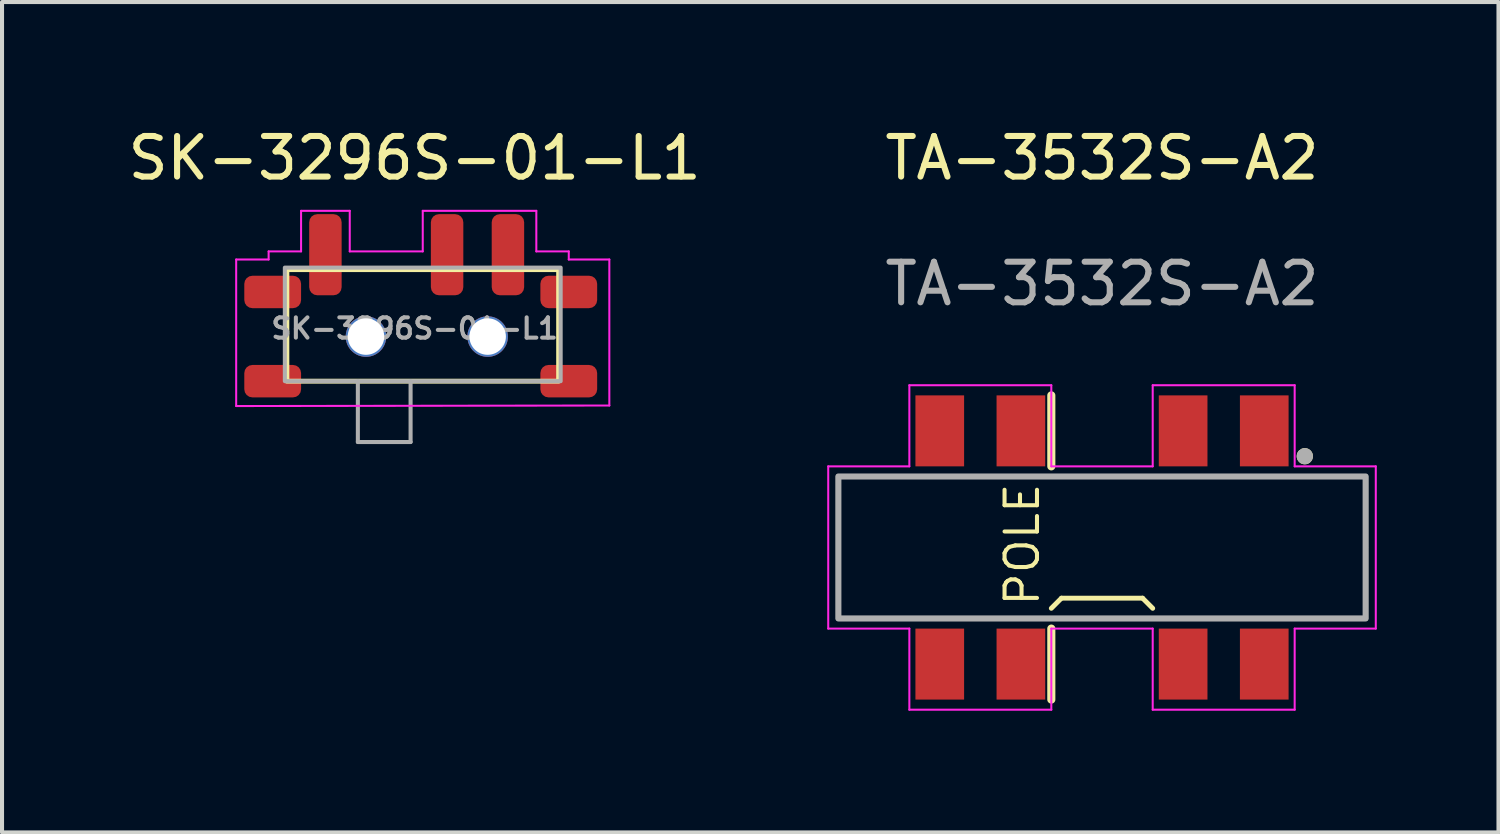
<source format=kicad_pcb>
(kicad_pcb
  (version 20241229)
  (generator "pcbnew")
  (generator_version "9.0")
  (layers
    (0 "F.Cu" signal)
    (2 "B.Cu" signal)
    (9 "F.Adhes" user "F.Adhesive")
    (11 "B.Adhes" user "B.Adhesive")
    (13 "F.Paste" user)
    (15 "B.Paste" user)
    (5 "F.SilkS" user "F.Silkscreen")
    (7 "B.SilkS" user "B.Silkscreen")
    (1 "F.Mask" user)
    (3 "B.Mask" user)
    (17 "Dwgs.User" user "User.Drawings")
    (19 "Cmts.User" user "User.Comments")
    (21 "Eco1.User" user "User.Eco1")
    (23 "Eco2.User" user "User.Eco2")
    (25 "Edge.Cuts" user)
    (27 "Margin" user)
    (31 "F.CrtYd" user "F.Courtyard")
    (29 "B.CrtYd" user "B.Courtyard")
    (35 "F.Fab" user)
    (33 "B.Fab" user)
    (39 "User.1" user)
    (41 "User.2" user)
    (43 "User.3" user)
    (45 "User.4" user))
  (footprint "SK-3296S-01-L1"
    (layer "F.Cu")
    (at 7.173 5.348)
    (property "Reference" "SK-3296S-01-L1" (at 0 -4.5 0) (unlocked yes) (layer "F.SilkS") (effects (font (size 1 1) (thickness 0.15))))
    (attr smd)
    (fp_rect (start -3.15 -1.75) (end 3.55 1) (stroke (width 0.12) (type default)) (fill no) (layer "F.SilkS"))
    (fp_line (start -4.4 -2) (end -3.6 -2) (stroke (width 0.05) (type default)) (layer "F.CrtYd"))
    (fp_line (start -4.4 1.613) (end -4.4 -2) (stroke (width 0.05) (type default)) (layer "F.CrtYd"))
    (fp_line (start -3.6 -2.2) (end -2.8 -2.2) (stroke (width 0.05) (type default)) (layer "F.CrtYd"))
    (fp_line (start -3.6 -2) (end -3.6 -2.2) (stroke (width 0.05) (type default)) (layer "F.CrtYd"))
    (fp_line (start -2.8 -3.2) (end -1.6 -3.2) (stroke (width 0.05) (type default)) (layer "F.CrtYd"))
    (fp_line (start -2.8 -2.2) (end -2.8 -3.2) (stroke (width 0.05) (type default)) (layer "F.CrtYd"))
    (fp_line (start -1.6 -3.2) (end -1.6 -2.2) (stroke (width 0.05) (type default)) (layer "F.CrtYd"))
    (fp_line (start -1.6 -2.2) (end 0.2 -2.2) (stroke (width 0.05) (type default)) (layer "F.CrtYd"))
    (fp_line (start 0.2 -3.2) (end 3 -3.2) (stroke (width 0.05) (type default)) (layer "F.CrtYd"))
    (fp_line (start 0.2 -2.2) (end 0.2 -3.2) (stroke (width 0.05) (type default)) (layer "F.CrtYd"))
    (fp_line (start 3 -3.2) (end 3 -2.2) (stroke (width 0.05) (type default)) (layer "F.CrtYd"))
    (fp_line (start 3 -2.2) (end 3.8 -2.2) (stroke (width 0.05) (type default)) (layer "F.CrtYd"))
    (fp_line (start 3.8 -2.2) (end 3.8 -2) (stroke (width 0.05) (type default)) (layer "F.CrtYd"))
    (fp_line (start 3.8 -2) (end 4.8 -2) (stroke (width 0.05) (type default)) (layer "F.CrtYd"))
    (fp_line (start 4.8 -2) (end 4.8 1.6) (stroke (width 0.05) (type default)) (layer "F.CrtYd"))
    (fp_line (start 4.8 1.6) (end -4.4 1.613) (stroke (width 0.05) (type default)) (layer "F.CrtYd"))
    (fp_line (start -1.4 1) (end -1.4 2.5) (stroke (width 0.1) (type default)) (layer "F.Fab"))
    (fp_line (start -1.4 2.5) (end -0.1 2.5) (stroke (width 0.1) (type default)) (layer "F.Fab"))
    (fp_line (start -0.1 2.5) (end -0.1 1) (stroke (width 0.1) (type default)) (layer "F.Fab"))
    (fp_rect (start -3.2 -1.8) (end 3.6 1) (stroke (width 0.1) (type default)) (fill no) (layer "F.Fab"))
    (fp_text user "${REFERENCE}" (at 0 -0.3 0) (unlocked yes) (layer "F.Fab") (effects (font (size 0.5 0.5) (thickness 0.1) (bold yes))))
    (pad "" np_thru_hole circle (at -1.2 -0.1) (size 1 1) (drill 0.9) (layers "*.Cu" "*.Mask"))
    (pad "" np_thru_hole circle (at 1.8 -0.1) (size 1 1) (drill 0.9) (layers "*.Cu" "*.Mask"))
    (pad "1" smd roundrect (at -2.2 -2.118) (size 0.8 2) (layers "F.Cu" "F.Mask" "F.Paste") (roundrect_rratio 0.25))
    (pad "2" smd roundrect (at 0.8 -2.118) (size 0.8 2) (layers "F.Cu" "F.Mask" "F.Paste") (roundrect_rratio 0.25))
    (pad "3" smd roundrect (at 2.3 -2.118) (size 0.8 2) (layers "F.Cu" "F.Mask" "F.Paste") (roundrect_rratio 0.25))
    (pad "G" smd roundrect (at -3.5 -1.2) (size 1.4 0.8) (layers "F.Cu" "F.Mask" "F.Paste") (roundrect_rratio 0.25))
    (pad "G" smd roundrect (at -3.5 1) (size 1.4 0.8) (layers "F.Cu" "F.Mask" "F.Paste") (roundrect_rratio 0.25))
    (pad "G" smd roundrect (at 3.8 -1.2) (size 1.4 0.8) (layers "F.Cu" "F.Mask" "F.Paste") (roundrect_rratio 0.25))
    (pad "G" smd roundrect (at 3.8 1) (size 1.4 0.8) (layers "F.Cu" "F.Mask" "F.Paste") (roundrect_rratio 0.25)))
  (footprint "TA-3532S-A2"
    (layer "F.Cu")
    (at 24.12 10.448)
    (property "Reference" "TA-3532S-A2" (at 0 -9.6 0) (unlocked yes) (layer "F.SilkS") (effects (font (size 1 1) (thickness 0.15))))
    (attr smd)
    (fp_line (start -6.5 -1.75) (end 6.5 -1.75) (stroke (width 0.12) (type default)) (layer "F.SilkS"))
    (fp_line (start -6.5 1.75) (end -6.5 -1.75) (stroke (width 0.12) (type default)) (layer "F.SilkS"))
    (fp_line (start -1.25 -3.75) (end -1.25 -2) (stroke (width 0.2) (type default)) (layer "F.SilkS"))
    (fp_line (start -1.25 1.5) (end -1 1.25) (stroke (width 0.12) (type default)) (layer "F.SilkS"))
    (fp_line (start -1.25 2) (end -1.25 3.75) (stroke (width 0.2) (type default)) (layer "F.SilkS"))
    (fp_line (start -1 1.25) (end 1 1.25) (stroke (width 0.12) (type default)) (layer "F.SilkS"))
    (fp_line (start 1 1.25) (end 1.25 1.5) (stroke (width 0.12) (type default)) (layer "F.SilkS"))
    (fp_line (start 6.5 -1.75) (end 6.5 0) (stroke (width 0.12) (type default)) (layer "F.SilkS"))
    (fp_line (start 6.5 0) (end 6.5 1.75) (stroke (width 0.12) (type default)) (layer "F.SilkS"))
    (fp_line (start 6.5 1.75) (end -6.5 1.75) (stroke (width 0.12) (type default)) (layer "F.SilkS"))
    (fp_circle (center 5 -2.25) (end 5.1 -2.25) (stroke (width 0.2) (type default)) (fill no) (layer "F.SilkS"))
    (fp_line (start -6.75 -2) (end -4.75 -2) (stroke (width 0.05) (type default)) (layer "F.CrtYd"))
    (fp_line (start -6.75 2) (end -6.75 -2) (stroke (width 0.05) (type default)) (layer "F.CrtYd"))
    (fp_line (start -4.75 -4) (end -1.25 -4) (stroke (width 0.05) (type default)) (layer "F.CrtYd"))
    (fp_line (start -4.75 -2) (end -4.75 -4) (stroke (width 0.05) (type default)) (layer "F.CrtYd"))
    (fp_line (start -4.75 2) (end -6.75 2) (stroke (width 0.05) (type default)) (layer "F.CrtYd"))
    (fp_line (start -4.75 4) (end -4.75 2) (stroke (width 0.05) (type default)) (layer "F.CrtYd"))
    (fp_line (start -1.25 -4) (end -1.25 -2) (stroke (width 0.05) (type default)) (layer "F.CrtYd"))
    (fp_line (start -1.25 -2) (end 1.25 -2) (stroke (width 0.05) (type default)) (layer "F.CrtYd"))
    (fp_line (start -1.25 2) (end -1.25 4) (stroke (width 0.05) (type default)) (layer "F.CrtYd"))
    (fp_line (start -1.25 4) (end -4.75 4) (stroke (width 0.05) (type default)) (layer "F.CrtYd"))
    (fp_line (start 1.25 -4) (end 4.75 -4) (stroke (width 0.05) (type default)) (layer "F.CrtYd"))
    (fp_line (start 1.25 -2) (end 1.25 -4) (stroke (width 0.05) (type default)) (layer "F.CrtYd"))
    (fp_line (start 1.25 2) (end -1.25 2) (stroke (width 0.05) (type default)) (layer "F.CrtYd"))
    (fp_line (start 1.25 4) (end 1.25 2) (stroke (width 0.05) (type default)) (layer "F.CrtYd"))
    (fp_line (start 4.75 -4) (end 4.75 -2) (stroke (width 0.05) (type default)) (layer "F.CrtYd"))
    (fp_line (start 4.75 -2) (end 6.75 -2) (stroke (width 0.05) (type default)) (layer "F.CrtYd"))
    (fp_line (start 4.75 2) (end 4.75 4) (stroke (width 0.05) (type default)) (layer "F.CrtYd"))
    (fp_line (start 4.75 4) (end 1.25 4) (stroke (width 0.05) (type default)) (layer "F.CrtYd"))
    (fp_line (start 6.75 -2) (end 6.75 2) (stroke (width 0.05) (type default)) (layer "F.CrtYd"))
    (fp_line (start 6.75 2) (end 4.75 2) (stroke (width 0.05) (type default)) (layer "F.CrtYd"))
    (fp_rect (start -6.5 -1.75) (end 6.5 1.75) (stroke (width 0.15) (type default)) (fill no) (layer "F.Fab"))
    (fp_circle (center 5 -2.25) (end 5.1 -2.25) (stroke (width 0.2) (type default)) (fill no) (layer "F.Fab"))
    (fp_text user "POLE" (at -1.5 1.5 90) (unlocked yes) (layer "F.SilkS") (effects (font (size 0.8 0.8) (thickness 0.1)) (justify left bottom)))
    (fp_text user "${REFERENCE}" (at 0 -6.5 0) (unlocked yes) (layer "F.Fab") (effects (font (size 1 1) (thickness 0.15))))
    (pad "1" smd rect (at 4 -2.875) (size 1.2 1.75) (layers "F.Cu" "F.Mask" "F.Paste"))
    (pad "2" smd rect (at 2 -2.875) (size 1.2 1.75) (layers "F.Cu" "F.Mask" "F.Paste"))
    (pad "3" smd rect (at -2 -2.875) (size 1.2 1.75) (layers "F.Cu" "F.Mask" "F.Paste"))
    (pad "4" smd rect (at -4 -2.875) (size 1.2 1.75) (layers "F.Cu" "F.Mask" "F.Paste"))
    (pad "5" smd rect (at 4 2.875) (size 1.2 1.75) (layers "F.Cu" "F.Mask" "F.Paste"))
    (pad "6" smd rect (at 2 2.875) (size 1.2 1.75) (layers "F.Cu" "F.Mask" "F.Paste"))
    (pad "7" smd rect (at -2 2.875) (size 1.2 1.75) (layers "F.Cu" "F.Mask" "F.Paste"))
    (pad "8" smd rect (at -4 2.875) (size 1.2 1.75) (layers "F.Cu" "F.Mask" "F.Paste")))
  (gr_rect
    (start -3 -3)
    (end 33.895 17.473)
    (stroke (width 0.1) (type default))
    (fill no)
    (layer "Edge.Cuts")))
</source>
